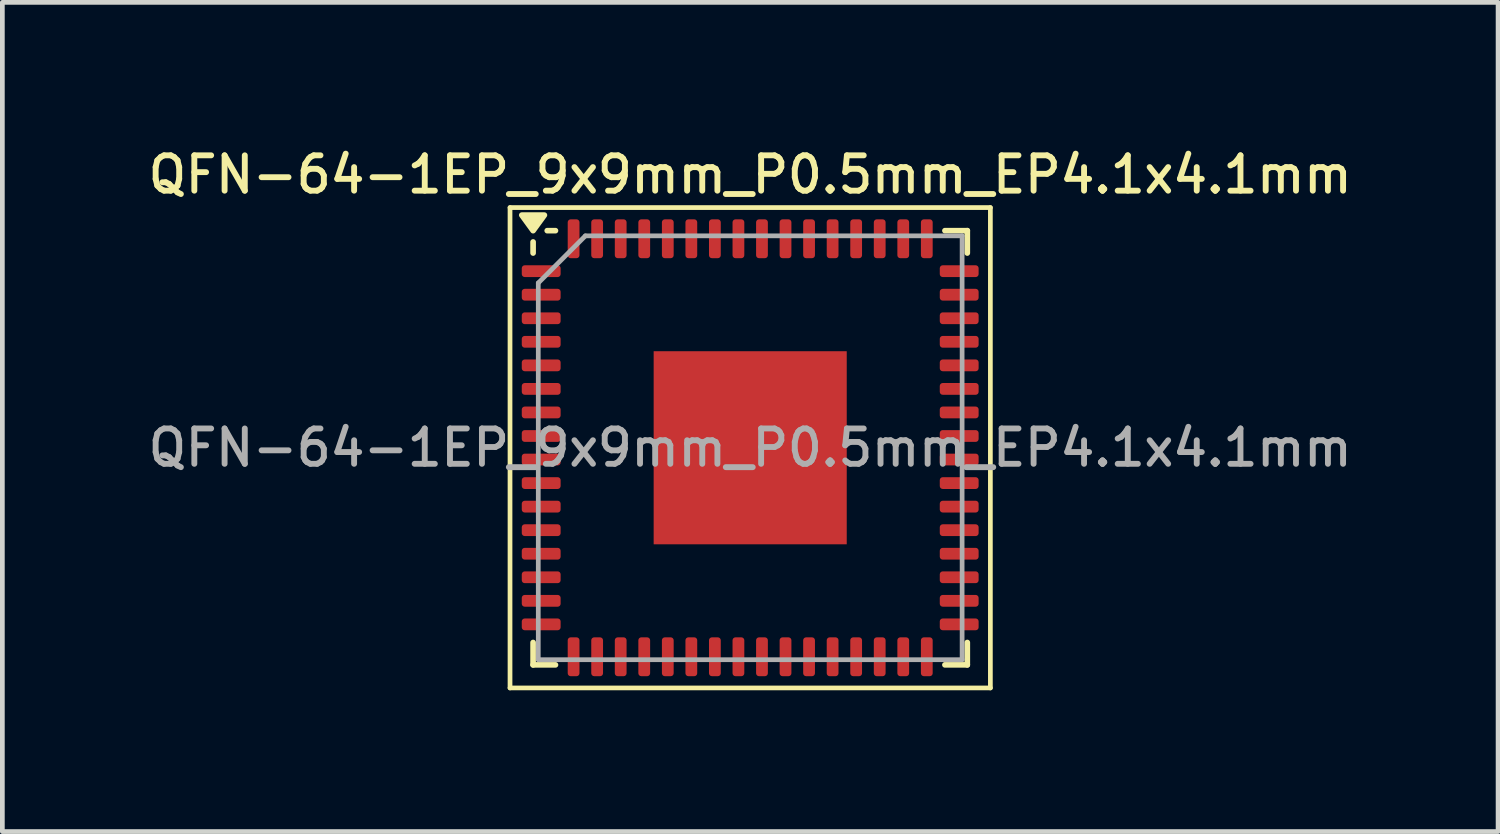
<source format=kicad_pcb>
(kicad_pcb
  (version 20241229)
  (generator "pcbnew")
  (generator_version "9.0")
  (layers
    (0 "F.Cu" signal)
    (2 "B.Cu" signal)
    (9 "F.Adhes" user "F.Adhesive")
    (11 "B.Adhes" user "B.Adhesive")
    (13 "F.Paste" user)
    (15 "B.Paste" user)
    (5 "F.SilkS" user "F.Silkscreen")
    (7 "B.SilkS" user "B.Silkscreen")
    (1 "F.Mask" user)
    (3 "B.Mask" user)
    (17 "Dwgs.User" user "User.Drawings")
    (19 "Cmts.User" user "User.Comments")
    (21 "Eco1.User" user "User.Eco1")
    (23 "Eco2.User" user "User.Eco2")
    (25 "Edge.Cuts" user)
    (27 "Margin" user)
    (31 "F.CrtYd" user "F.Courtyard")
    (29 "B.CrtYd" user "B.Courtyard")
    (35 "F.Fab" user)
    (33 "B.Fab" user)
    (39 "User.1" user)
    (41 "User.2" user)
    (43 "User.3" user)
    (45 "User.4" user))
  (footprint "QFN-64-1EP_9x9mm_P0.5mm_EP4.1x4.1mm"
    (layer "F.Cu")
    (at 12.88 6.458)
    (property "Reference" "QFN-64-1EP_9x9mm_P0.5mm_EP4.1x4.1mm" (at 0 -5.8 0) (layer "F.SilkS") (effects (font (size 0.75 0.75) (thickness 0.125))))
    (attr smd)
    (fp_line (start -5.1 -5.1) (end -5.1 5.1) (stroke (width 0.1) (type solid)) (layer "F.SilkS"))
    (fp_line (start -5.1 5.1) (end 5.1 5.1) (stroke (width 0.1) (type solid)) (layer "F.SilkS"))
    (fp_line (start -4.61 -4.135) (end -4.61 -4.37) (stroke (width 0.12) (type solid)) (layer "F.SilkS"))
    (fp_line (start -4.61 4.61) (end -4.61 4.135) (stroke (width 0.12) (type solid)) (layer "F.SilkS"))
    (fp_line (start -4.135 -4.61) (end -4.31 -4.61) (stroke (width 0.12) (type solid)) (layer "F.SilkS"))
    (fp_line (start -4.135 4.61) (end -4.61 4.61) (stroke (width 0.12) (type solid)) (layer "F.SilkS"))
    (fp_line (start 4.135 -4.61) (end 4.61 -4.61) (stroke (width 0.12) (type solid)) (layer "F.SilkS"))
    (fp_line (start 4.135 4.61) (end 4.61 4.61) (stroke (width 0.12) (type solid)) (layer "F.SilkS"))
    (fp_line (start 4.61 -4.61) (end 4.61 -4.135) (stroke (width 0.12) (type solid)) (layer "F.SilkS"))
    (fp_line (start 4.61 4.61) (end 4.61 4.135) (stroke (width 0.12) (type solid)) (layer "F.SilkS"))
    (fp_line (start 5.1 -5.1) (end -5.1 -5.1) (stroke (width 0.1) (type solid)) (layer "F.SilkS"))
    (fp_line (start 5.1 5.1) (end 5.1 -5.1) (stroke (width 0.1) (type solid)) (layer "F.SilkS"))
    (fp_poly (pts (xy -4.61 -4.61) (xy -4.85 -4.94) (xy -4.37 -4.94) (xy -4.61 -4.61)) (stroke (width 0.12) (type solid)) (fill yes) (layer "F.SilkS"))
    (fp_line (start -4.5 -3.5) (end -3.5 -4.5) (stroke (width 0.1) (type solid)) (layer "F.Fab"))
    (fp_line (start -4.5 4.5) (end -4.5 -3.5) (stroke (width 0.1) (type solid)) (layer "F.Fab"))
    (fp_line (start -3.5 -4.5) (end 4.5 -4.5) (stroke (width 0.1) (type solid)) (layer "F.Fab"))
    (fp_line (start 4.5 -4.5) (end 4.5 4.5) (stroke (width 0.1) (type solid)) (layer "F.Fab"))
    (fp_line (start 4.5 4.5) (end -4.5 4.5) (stroke (width 0.1) (type solid)) (layer "F.Fab"))
    (fp_text user "${REFERENCE}" (at 0 0 0) (layer "F.Fab") (effects (font (size 0.75 0.75) (thickness 0.125))))
    (pad "" smd roundrect (at -1.37 -1.37) (size 1.1 1.1) (layers "F.Paste") (roundrect_rratio 0.227))
    (pad "" smd roundrect (at -1.37 0) (size 1.1 1.1) (layers "F.Paste") (roundrect_rratio 0.227))
    (pad "" smd roundrect (at -1.37 1.37) (size 1.1 1.1) (layers "F.Paste") (roundrect_rratio 0.227))
    (pad "" smd roundrect (at 0 -1.37) (size 1.1 1.1) (layers "F.Paste") (roundrect_rratio 0.227))
    (pad "" smd roundrect (at 0 0) (size 1.1 1.1) (layers "F.Paste") (roundrect_rratio 0.227))
    (pad "" smd roundrect (at 0 1.37) (size 1.1 1.1) (layers "F.Paste") (roundrect_rratio 0.227))
    (pad "" smd roundrect (at 1.37 -1.37) (size 1.1 1.1) (layers "F.Paste") (roundrect_rratio 0.227))
    (pad "" smd roundrect (at 1.37 0) (size 1.1 1.1) (layers "F.Paste") (roundrect_rratio 0.227))
    (pad "" smd roundrect (at 1.37 1.37) (size 1.1 1.1) (layers "F.Paste") (roundrect_rratio 0.227))
    (pad "1" smd roundrect (at -4.438 -3.75) (size 0.825 0.25) (layers "F.Cu" "F.Mask" "F.Paste") (roundrect_rratio 0.25))
    (pad "2" smd roundrect (at -4.438 -3.25) (size 0.825 0.25) (layers "F.Cu" "F.Mask" "F.Paste") (roundrect_rratio 0.25))
    (pad "3" smd roundrect (at -4.438 -2.75) (size 0.825 0.25) (layers "F.Cu" "F.Mask" "F.Paste") (roundrect_rratio 0.25))
    (pad "4" smd roundrect (at -4.438 -2.25) (size 0.825 0.25) (layers "F.Cu" "F.Mask" "F.Paste") (roundrect_rratio 0.25))
    (pad "5" smd roundrect (at -4.438 -1.75) (size 0.825 0.25) (layers "F.Cu" "F.Mask" "F.Paste") (roundrect_rratio 0.25))
    (pad "6" smd roundrect (at -4.438 -1.25) (size 0.825 0.25) (layers "F.Cu" "F.Mask" "F.Paste") (roundrect_rratio 0.25))
    (pad "7" smd roundrect (at -4.438 -0.75) (size 0.825 0.25) (layers "F.Cu" "F.Mask" "F.Paste") (roundrect_rratio 0.25))
    (pad "8" smd roundrect (at -4.438 -0.25) (size 0.825 0.25) (layers "F.Cu" "F.Mask" "F.Paste") (roundrect_rratio 0.25))
    (pad "9" smd roundrect (at -4.438 0.25) (size 0.825 0.25) (layers "F.Cu" "F.Mask" "F.Paste") (roundrect_rratio 0.25))
    (pad "10" smd roundrect (at -4.438 0.75) (size 0.825 0.25) (layers "F.Cu" "F.Mask" "F.Paste") (roundrect_rratio 0.25))
    (pad "11" smd roundrect (at -4.438 1.25) (size 0.825 0.25) (layers "F.Cu" "F.Mask" "F.Paste") (roundrect_rratio 0.25))
    (pad "12" smd roundrect (at -4.438 1.75) (size 0.825 0.25) (layers "F.Cu" "F.Mask" "F.Paste") (roundrect_rratio 0.25))
    (pad "13" smd roundrect (at -4.438 2.25) (size 0.825 0.25) (layers "F.Cu" "F.Mask" "F.Paste") (roundrect_rratio 0.25))
    (pad "14" smd roundrect (at -4.438 2.75) (size 0.825 0.25) (layers "F.Cu" "F.Mask" "F.Paste") (roundrect_rratio 0.25))
    (pad "15" smd roundrect (at -4.438 3.25) (size 0.825 0.25) (layers "F.Cu" "F.Mask" "F.Paste") (roundrect_rratio 0.25))
    (pad "16" smd roundrect (at -4.438 3.75) (size 0.825 0.25) (layers "F.Cu" "F.Mask" "F.Paste") (roundrect_rratio 0.25))
    (pad "17" smd roundrect (at -3.75 4.438) (size 0.25 0.825) (layers "F.Cu" "F.Mask" "F.Paste") (roundrect_rratio 0.25))
    (pad "18" smd roundrect (at -3.25 4.438) (size 0.25 0.825) (layers "F.Cu" "F.Mask" "F.Paste") (roundrect_rratio 0.25))
    (pad "19" smd roundrect (at -2.75 4.438) (size 0.25 0.825) (layers "F.Cu" "F.Mask" "F.Paste") (roundrect_rratio 0.25))
    (pad "20" smd roundrect (at -2.25 4.438) (size 0.25 0.825) (layers "F.Cu" "F.Mask" "F.Paste") (roundrect_rratio 0.25))
    (pad "21" smd roundrect (at -1.75 4.438) (size 0.25 0.825) (layers "F.Cu" "F.Mask" "F.Paste") (roundrect_rratio 0.25))
    (pad "22" smd roundrect (at -1.25 4.438) (size 0.25 0.825) (layers "F.Cu" "F.Mask" "F.Paste") (roundrect_rratio 0.25))
    (pad "23" smd roundrect (at -0.75 4.438) (size 0.25 0.825) (layers "F.Cu" "F.Mask" "F.Paste") (roundrect_rratio 0.25))
    (pad "24" smd roundrect (at -0.25 4.438) (size 0.25 0.825) (layers "F.Cu" "F.Mask" "F.Paste") (roundrect_rratio 0.25))
    (pad "25" smd roundrect (at 0.25 4.438) (size 0.25 0.825) (layers "F.Cu" "F.Mask" "F.Paste") (roundrect_rratio 0.25))
    (pad "26" smd roundrect (at 0.75 4.438) (size 0.25 0.825) (layers "F.Cu" "F.Mask" "F.Paste") (roundrect_rratio 0.25))
    (pad "27" smd roundrect (at 1.25 4.438) (size 0.25 0.825) (layers "F.Cu" "F.Mask" "F.Paste") (roundrect_rratio 0.25))
    (pad "28" smd roundrect (at 1.75 4.438) (size 0.25 0.825) (layers "F.Cu" "F.Mask" "F.Paste") (roundrect_rratio 0.25))
    (pad "29" smd roundrect (at 2.25 4.438) (size 0.25 0.825) (layers "F.Cu" "F.Mask" "F.Paste") (roundrect_rratio 0.25))
    (pad "30" smd roundrect (at 2.75 4.438) (size 0.25 0.825) (layers "F.Cu" "F.Mask" "F.Paste") (roundrect_rratio 0.25))
    (pad "31" smd roundrect (at 3.25 4.438) (size 0.25 0.825) (layers "F.Cu" "F.Mask" "F.Paste") (roundrect_rratio 0.25))
    (pad "32" smd roundrect (at 3.75 4.438) (size 0.25 0.825) (layers "F.Cu" "F.Mask" "F.Paste") (roundrect_rratio 0.25))
    (pad "33" smd roundrect (at 4.438 3.75) (size 0.825 0.25) (layers "F.Cu" "F.Mask" "F.Paste") (roundrect_rratio 0.25))
    (pad "34" smd roundrect (at 4.438 3.25) (size 0.825 0.25) (layers "F.Cu" "F.Mask" "F.Paste") (roundrect_rratio 0.25))
    (pad "35" smd roundrect (at 4.438 2.75) (size 0.825 0.25) (layers "F.Cu" "F.Mask" "F.Paste") (roundrect_rratio 0.25))
    (pad "36" smd roundrect (at 4.438 2.25) (size 0.825 0.25) (layers "F.Cu" "F.Mask" "F.Paste") (roundrect_rratio 0.25))
    (pad "37" smd roundrect (at 4.438 1.75) (size 0.825 0.25) (layers "F.Cu" "F.Mask" "F.Paste") (roundrect_rratio 0.25))
    (pad "38" smd roundrect (at 4.438 1.25) (size 0.825 0.25) (layers "F.Cu" "F.Mask" "F.Paste") (roundrect_rratio 0.25))
    (pad "39" smd roundrect (at 4.438 0.75) (size 0.825 0.25) (layers "F.Cu" "F.Mask" "F.Paste") (roundrect_rratio 0.25))
    (pad "40" smd roundrect (at 4.438 0.25) (size 0.825 0.25) (layers "F.Cu" "F.Mask" "F.Paste") (roundrect_rratio 0.25))
    (pad "41" smd roundrect (at 4.438 -0.25) (size 0.825 0.25) (layers "F.Cu" "F.Mask" "F.Paste") (roundrect_rratio 0.25))
    (pad "42" smd roundrect (at 4.438 -0.75) (size 0.825 0.25) (layers "F.Cu" "F.Mask" "F.Paste") (roundrect_rratio 0.25))
    (pad "43" smd roundrect (at 4.438 -1.25) (size 0.825 0.25) (layers "F.Cu" "F.Mask" "F.Paste") (roundrect_rratio 0.25))
    (pad "44" smd roundrect (at 4.438 -1.75) (size 0.825 0.25) (layers "F.Cu" "F.Mask" "F.Paste") (roundrect_rratio 0.25))
    (pad "45" smd roundrect (at 4.438 -2.25) (size 0.825 0.25) (layers "F.Cu" "F.Mask" "F.Paste") (roundrect_rratio 0.25))
    (pad "46" smd roundrect (at 4.438 -2.75) (size 0.825 0.25) (layers "F.Cu" "F.Mask" "F.Paste") (roundrect_rratio 0.25))
    (pad "47" smd roundrect (at 4.438 -3.25) (size 0.825 0.25) (layers "F.Cu" "F.Mask" "F.Paste") (roundrect_rratio 0.25))
    (pad "48" smd roundrect (at 4.438 -3.75) (size 0.825 0.25) (layers "F.Cu" "F.Mask" "F.Paste") (roundrect_rratio 0.25))
    (pad "49" smd roundrect (at 3.75 -4.438) (size 0.25 0.825) (layers "F.Cu" "F.Mask" "F.Paste") (roundrect_rratio 0.25))
    (pad "50" smd roundrect (at 3.25 -4.438) (size 0.25 0.825) (layers "F.Cu" "F.Mask" "F.Paste") (roundrect_rratio 0.25))
    (pad "51" smd roundrect (at 2.75 -4.438) (size 0.25 0.825) (layers "F.Cu" "F.Mask" "F.Paste") (roundrect_rratio 0.25))
    (pad "52" smd roundrect (at 2.25 -4.438) (size 0.25 0.825) (layers "F.Cu" "F.Mask" "F.Paste") (roundrect_rratio 0.25))
    (pad "53" smd roundrect (at 1.75 -4.438) (size 0.25 0.825) (layers "F.Cu" "F.Mask" "F.Paste") (roundrect_rratio 0.25))
    (pad "54" smd roundrect (at 1.25 -4.438) (size 0.25 0.825) (layers "F.Cu" "F.Mask" "F.Paste") (roundrect_rratio 0.25))
    (pad "55" smd roundrect (at 0.75 -4.438) (size 0.25 0.825) (layers "F.Cu" "F.Mask" "F.Paste") (roundrect_rratio 0.25))
    (pad "56" smd roundrect (at 0.25 -4.438) (size 0.25 0.825) (layers "F.Cu" "F.Mask" "F.Paste") (roundrect_rratio 0.25))
    (pad "57" smd roundrect (at -0.25 -4.438) (size 0.25 0.825) (layers "F.Cu" "F.Mask" "F.Paste") (roundrect_rratio 0.25))
    (pad "58" smd roundrect (at -0.75 -4.438) (size 0.25 0.825) (layers "F.Cu" "F.Mask" "F.Paste") (roundrect_rratio 0.25))
    (pad "59" smd roundrect (at -1.25 -4.438) (size 0.25 0.825) (layers "F.Cu" "F.Mask" "F.Paste") (roundrect_rratio 0.25))
    (pad "60" smd roundrect (at -1.75 -4.438) (size 0.25 0.825) (layers "F.Cu" "F.Mask" "F.Paste") (roundrect_rratio 0.25))
    (pad "61" smd roundrect (at -2.25 -4.438) (size 0.25 0.825) (layers "F.Cu" "F.Mask" "F.Paste") (roundrect_rratio 0.25))
    (pad "62" smd roundrect (at -2.75 -4.438) (size 0.25 0.825) (layers "F.Cu" "F.Mask" "F.Paste") (roundrect_rratio 0.25))
    (pad "63" smd roundrect (at -3.25 -4.438) (size 0.25 0.825) (layers "F.Cu" "F.Mask" "F.Paste") (roundrect_rratio 0.25))
    (pad "64" smd roundrect (at -3.75 -4.438) (size 0.25 0.825) (layers "F.Cu" "F.Mask" "F.Paste") (roundrect_rratio 0.25))
    (pad "65" smd rect (at 0 0) (size 4.1 4.1) (property pad_prop_heatsink) (layers "F.Cu" "F.Mask")))
  (gr_rect
    (start -3 -3)
    (end 28.761 14.608)
    (stroke (width 0.1) (type default))
    (fill no)
    (layer "Edge.Cuts")))
</source>
